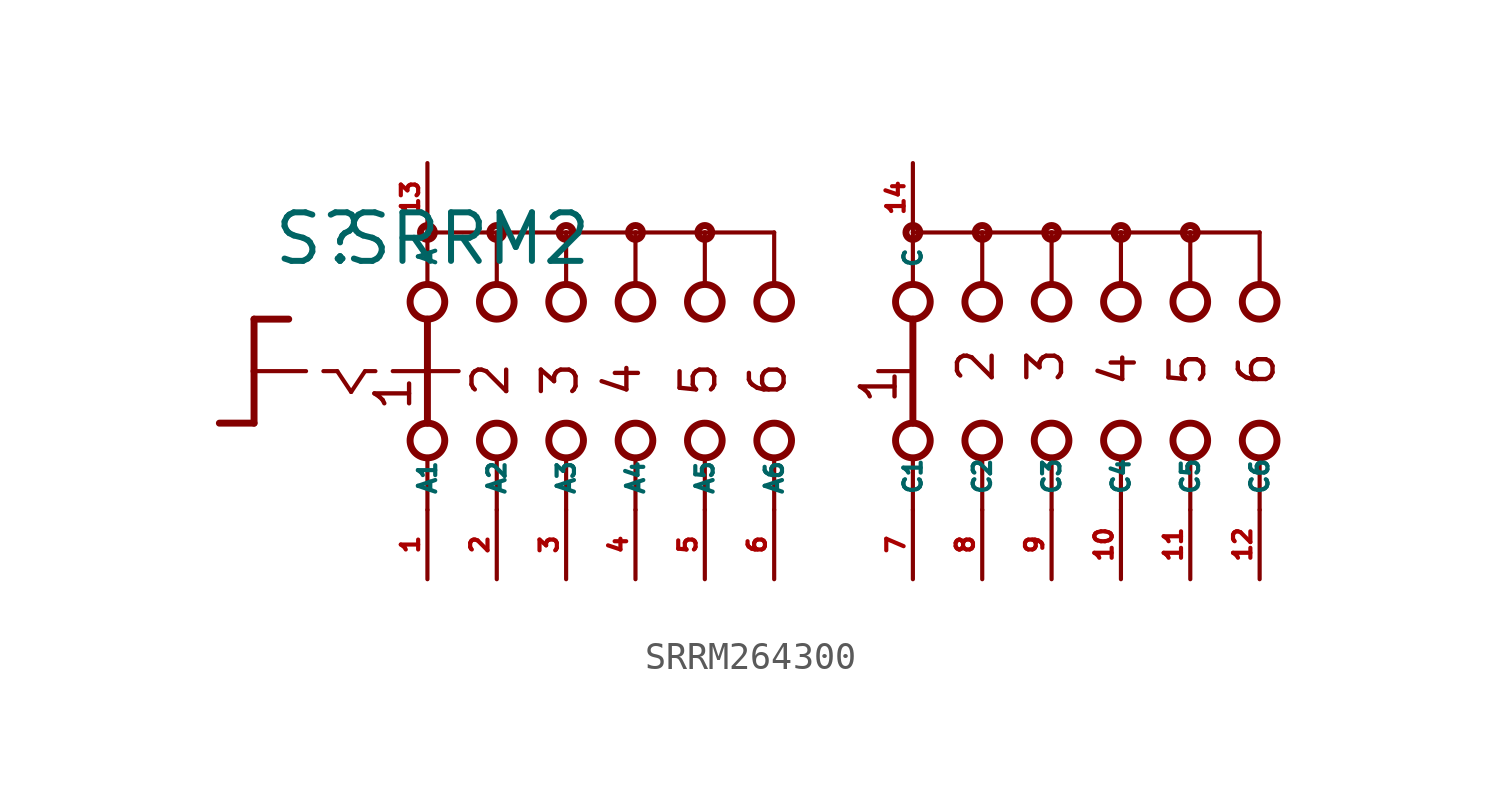
<source format=kicad_sym>
(kicad_symbol_lib
  (version 20220914)
  (generator Eagle2Kicad)
  (symbol "SRRM264300"
    (property "Reference" "S"
      (at -18.415 3.81 0)
      (effects (font (size 1.778 1.778) (thickness 0.22)) (justify left bottom)))
    (property "Value" "SRRM2"
      (at -15.875 3.81 0)
      (effects (font (size 1.778 1.778) (thickness 0.22)) (justify left bottom)))
    (polyline
      (pts (xy -19.05 1.905) (xy -17.78 1.905))
      (stroke (width 0.254) (type default))
      (fill (type none)))
    (polyline
      (pts (xy -19.05 1.905) (xy -19.05 0))
      (stroke (width 0.254) (type default))
      (fill (type none)))
    (polyline
      (pts (xy -19.05 -1.905) (xy -20.32 -1.905))
      (stroke (width 0.254) (type default))
      (fill (type none)))
    (polyline
      (pts (xy -19.05 0) (xy -17.145 0))
      (stroke (width 0.152) (type default))
      (fill (type none)))
    (polyline
      (pts (xy -19.05 0) (xy -19.05 -1.905))
      (stroke (width 0.254) (type default))
      (fill (type none)))
    (polyline
      (pts (xy -16.51 0) (xy -16.002 0))
      (stroke (width 0.152) (type default))
      (fill (type none)))
    (polyline
      (pts (xy -14.986 0) (xy -14.605 0))
      (stroke (width 0.152) (type default))
      (fill (type none)))
    (polyline
      (pts (xy -13.97 0) (xy -12.827 0))
      (stroke (width 0.152) (type default))
      (fill (type none)))
    (polyline
      (pts (xy -16.002 0) (xy -15.494 -0.762))
      (stroke (width 0.152) (type default))
      (fill (type none)))
    (polyline
      (pts (xy -15.494 -0.762) (xy -14.986 0))
      (stroke (width 0.152) (type default))
      (fill (type none)))
    (polyline
      (pts (xy -10.16 3.175) (xy -10.16 5.08))
      (stroke (width 0.152) (type default))
      (fill (type none)))
    (polyline
      (pts (xy -7.62 3.175) (xy -7.62 5.08))
      (stroke (width 0.152) (type default))
      (fill (type none)))
    (polyline
      (pts (xy -5.08 3.175) (xy -5.08 5.08))
      (stroke (width 0.152) (type default))
      (fill (type none)))
    (polyline
      (pts (xy -10.16 -5.08) (xy -10.16 -3.175))
      (stroke (width 0.152) (type default))
      (fill (type none)))
    (polyline
      (pts (xy -7.62 -5.08) (xy -7.62 -3.175))
      (stroke (width 0.152) (type default))
      (fill (type none)))
    (polyline
      (pts (xy -5.08 -5.08) (xy -5.08 -3.175))
      (stroke (width 0.152) (type default))
      (fill (type none)))
    (polyline
      (pts (xy -7.62 5.08) (xy -10.16 5.08))
      (stroke (width 0.152) (type default))
      (fill (type none)))
    (polyline
      (pts (xy -7.62 5.08) (xy -5.08 5.08))
      (stroke (width 0.152) (type default))
      (fill (type none)))
    (polyline
      (pts (xy -2.54 -5.08) (xy -2.54 -3.175))
      (stroke (width 0.152) (type default))
      (fill (type none)))
    (polyline
      (pts (xy 0 -5.08) (xy 0 -3.175))
      (stroke (width 0.152) (type default))
      (fill (type none)))
    (polyline
      (pts (xy -2.54 3.175) (xy -2.54 5.08))
      (stroke (width 0.152) (type default))
      (fill (type none)))
    (polyline
      (pts (xy 0 3.175) (xy 0 5.08))
      (stroke (width 0.152) (type default))
      (fill (type none)))
    (polyline
      (pts (xy -5.08 5.08) (xy -2.54 5.08))
      (stroke (width 0.152) (type default))
      (fill (type none)))
    (polyline
      (pts (xy -2.54 5.08) (xy 0 5.08))
      (stroke (width 0.152) (type default))
      (fill (type none)))
    (polyline
      (pts (xy -12.7 5.08) (xy -12.7 3.175))
      (stroke (width 0.152) (type default))
      (fill (type none)))
    (polyline
      (pts (xy -12.7 1.905) (xy -12.7 0))
      (stroke (width 0.254) (type default))
      (fill (type none)))
    (polyline
      (pts (xy -12.7 -3.175) (xy -12.7 -5.08))
      (stroke (width 0.152) (type default))
      (fill (type none)))
    (polyline
      (pts (xy -10.16 5.08) (xy -12.7 5.08))
      (stroke (width 0.152) (type default))
      (fill (type none)))
    (polyline
      (pts (xy 5.08 3.175) (xy 5.08 5.08))
      (stroke (width 0.152) (type default))
      (fill (type none)))
    (polyline
      (pts (xy 5.08 -5.08) (xy 5.08 -3.175))
      (stroke (width 0.152) (type default))
      (fill (type none)))
    (polyline
      (pts (xy 7.62 3.175) (xy 7.62 5.08))
      (stroke (width 0.152) (type default))
      (fill (type none)))
    (polyline
      (pts (xy 10.16 3.175) (xy 10.16 5.08))
      (stroke (width 0.152) (type default))
      (fill (type none)))
    (polyline
      (pts (xy 12.7 3.175) (xy 12.7 5.08))
      (stroke (width 0.152) (type default))
      (fill (type none)))
    (polyline
      (pts (xy 15.24 3.175) (xy 15.24 5.08))
      (stroke (width 0.152) (type default))
      (fill (type none)))
    (polyline
      (pts (xy 17.78 3.175) (xy 17.78 5.08))
      (stroke (width 0.152) (type default))
      (fill (type none)))
    (polyline
      (pts (xy 5.08 5.08) (xy 7.62 5.08))
      (stroke (width 0.152) (type default))
      (fill (type none)))
    (polyline
      (pts (xy 7.62 5.08) (xy 10.16 5.08))
      (stroke (width 0.152) (type default))
      (fill (type none)))
    (polyline
      (pts (xy 10.16 5.08) (xy 12.7 5.08))
      (stroke (width 0.152) (type default))
      (fill (type none)))
    (polyline
      (pts (xy 12.7 5.08) (xy 15.24 5.08))
      (stroke (width 0.152) (type default))
      (fill (type none)))
    (polyline
      (pts (xy 15.24 5.08) (xy 17.78 5.08))
      (stroke (width 0.152) (type default))
      (fill (type none)))
    (polyline
      (pts (xy 7.62 -5.08) (xy 7.62 -3.175))
      (stroke (width 0.152) (type default))
      (fill (type none)))
    (polyline
      (pts (xy 10.16 -5.08) (xy 10.16 -3.175))
      (stroke (width 0.152) (type default))
      (fill (type none)))
    (polyline
      (pts (xy 12.7 -5.08) (xy 12.7 -3.175))
      (stroke (width 0.152) (type default))
      (fill (type none)))
    (polyline
      (pts (xy 15.24 -5.08) (xy 15.24 -3.175))
      (stroke (width 0.152) (type default))
      (fill (type none)))
    (polyline
      (pts (xy 17.78 -5.08) (xy 17.78 -3.175))
      (stroke (width 0.152) (type default))
      (fill (type none)))
    (polyline
      (pts (xy 5.08 1.905) (xy 5.08 -1.905))
      (stroke (width 0.254) (type default))
      (fill (type none)))
    (polyline
      (pts (xy 3.81 0) (xy 4.953 0))
      (stroke (width 0.152) (type default))
      (fill (type none)))
    (polyline
      (pts (xy -12.7 0) (xy -11.557 0))
      (stroke (width 0.152) (type default))
      (fill (type none)))
    (polyline
      (pts (xy -12.7 0) (xy -12.7 -1.905))
      (stroke (width 0.254) (type default))
      (fill (type none)))
    (text "2"
      (at 8.128 -0.508 900)
      (effects (font (size 1.27 1.27) (thickness 0.16)) (justify left bottom)))
    (text "3"
      (at 10.668 -0.508 900)
      (effects (font (size 1.27 1.27) (thickness 0.16)) (justify left bottom)))
    (text "4"
      (at 13.335 -0.635 900)
      (effects (font (size 1.27 1.27) (thickness 0.16)) (justify left bottom)))
    (text "5"
      (at 15.875 -0.635 900)
      (effects (font (size 1.27 1.27) (thickness 0.16)) (justify left bottom)))
    (text "6"
      (at 18.415 -0.635 900)
      (effects (font (size 1.27 1.27) (thickness 0.16)) (justify left bottom)))
    (text "1"
      (at 4.572 -1.27 900)
      (effects (font (size 1.27 1.27) (thickness 0.16)) (justify left bottom)))
    (text "1"
      (at -13.208 -1.524 900)
      (effects (font (size 1.27 1.27) (thickness 0.16)) (justify left bottom)))
    (text "2"
      (at -9.652 -1.016 900)
      (effects (font (size 1.27 1.27) (thickness 0.16)) (justify left bottom)))
    (text "3"
      (at -7.112 -1.016 900)
      (effects (font (size 1.27 1.27) (thickness 0.16)) (justify left bottom)))
    (text "4"
      (at -4.826 -1.016 900)
      (effects (font (size 1.27 1.27) (thickness 0.16)) (justify left bottom)))
    (text "5"
      (at -2.032 -1.016 900)
      (effects (font (size 1.27 1.27) (thickness 0.16)) (justify left bottom)))
    (text "6"
      (at 0.508 -1.016 900)
      (effects (font (size 1.27 1.27) (thickness 0.16)) (justify left bottom)))
    (circle
      (center -7.62 5.08)
      (radius 0.254)
      (stroke (width 0.254) (type default))
      (fill (type none)))
    (circle
      (center -5.08 5.08)
      (radius 0.254)
      (stroke (width 0.254) (type default))
      (fill (type none)))
    (circle
      (center -12.7 5.08)
      (radius 0.254)
      (stroke (width 0.254) (type default))
      (fill (type none)))
    (circle
      (center -10.16 5.08)
      (radius 0.254)
      (stroke (width 0.254) (type default))
      (fill (type none)))
    (circle
      (center -12.7 2.54)
      (radius 0.635)
      (stroke (width 0.254) (type default))
      (fill (type none)))
    (circle
      (center -10.16 2.54)
      (radius 0.635)
      (stroke (width 0.254) (type default))
      (fill (type none)))
    (circle
      (center -7.62 2.54)
      (radius 0.635)
      (stroke (width 0.254) (type default))
      (fill (type none)))
    (circle
      (center -12.7 -2.54)
      (radius 0.635)
      (stroke (width 0.254) (type default))
      (fill (type none)))
    (circle
      (center -10.16 -2.54)
      (radius 0.635)
      (stroke (width 0.254) (type default))
      (fill (type none)))
    (circle
      (center -7.62 -2.54)
      (radius 0.635)
      (stroke (width 0.254) (type default))
      (fill (type none)))
    (circle
      (center -2.54 5.08)
      (radius 0.254)
      (stroke (width 0.254) (type default))
      (fill (type none)))
    (circle
      (center -5.08 2.54)
      (radius 0.635)
      (stroke (width 0.254) (type default))
      (fill (type none)))
    (circle
      (center -2.54 2.54)
      (radius 0.635)
      (stroke (width 0.254) (type default))
      (fill (type none)))
    (circle
      (center -5.08 -2.54)
      (radius 0.635)
      (stroke (width 0.254) (type default))
      (fill (type none)))
    (circle
      (center -2.54 -2.54)
      (radius 0.635)
      (stroke (width 0.254) (type default))
      (fill (type none)))
    (circle
      (center 0 2.54)
      (radius 0.635)
      (stroke (width 0.254) (type default))
      (fill (type none)))
    (circle
      (center 0 -2.54)
      (radius 0.635)
      (stroke (width 0.254) (type default))
      (fill (type none)))
    (circle
      (center 5.08 5.08)
      (radius 0.254)
      (stroke (width 0.254) (type default))
      (fill (type none)))
    (circle
      (center 5.08 2.54)
      (radius 0.635)
      (stroke (width 0.254) (type default))
      (fill (type none)))
    (circle
      (center 5.08 -2.54)
      (radius 0.635)
      (stroke (width 0.254) (type default))
      (fill (type none)))
    (circle
      (center 7.62 2.54)
      (radius 0.635)
      (stroke (width 0.254) (type default))
      (fill (type none)))
    (circle
      (center 10.16 2.54)
      (radius 0.635)
      (stroke (width 0.254) (type default))
      (fill (type none)))
    (circle
      (center 12.7 2.54)
      (radius 0.635)
      (stroke (width 0.254) (type default))
      (fill (type none)))
    (circle
      (center 15.24 2.54)
      (radius 0.635)
      (stroke (width 0.254) (type default))
      (fill (type none)))
    (circle
      (center 17.78 2.54)
      (radius 0.635)
      (stroke (width 0.254) (type default))
      (fill (type none)))
    (circle
      (center 7.62 5.08)
      (radius 0.254)
      (stroke (width 0.254) (type default))
      (fill (type none)))
    (circle
      (center 10.16 5.08)
      (radius 0.254)
      (stroke (width 0.254) (type default))
      (fill (type none)))
    (circle
      (center 12.7 5.08)
      (radius 0.254)
      (stroke (width 0.254) (type default))
      (fill (type none)))
    (circle
      (center 15.24 5.08)
      (radius 0.254)
      (stroke (width 0.254) (type default))
      (fill (type none)))
    (circle
      (center 7.62 -2.54)
      (radius 0.635)
      (stroke (width 0.254) (type default))
      (fill (type none)))
    (circle
      (center 10.16 -2.54)
      (radius 0.635)
      (stroke (width 0.254) (type default))
      (fill (type none)))
    (circle
      (center 12.7 -2.54)
      (radius 0.635)
      (stroke (width 0.254) (type default))
      (fill (type none)))
    (circle
      (center 15.24 -2.54)
      (radius 0.635)
      (stroke (width 0.254) (type default))
      (fill (type none)))
    (circle
      (center 17.78 -2.54)
      (radius 0.635)
      (stroke (width 0.254) (type default))
      (fill (type none)))
    (pin passive line
      (at -12.7 -7.62 90)
      (length 2.54)
      (name "A1" (effects (font (size 0.635 0.635) (thickness 0.08)) (justify left bottom)))
      (number "1" (effects (font (size 0.635 0.635) (thickness 0.08)) (justify left bottom))))
    (pin passive line
      (at -12.7 7.62 270)
      (length 2.54)
      (name "A" (effects (font (size 0.635 0.635) (thickness 0.08)) (justify left bottom)))
      (number "13" (effects (font (size 0.635 0.635) (thickness 0.08)) (justify left bottom))))
    (pin passive line
      (at -10.16 -7.62 90)
      (length 2.54)
      (name "A2" (effects (font (size 0.635 0.635) (thickness 0.08)) (justify left bottom)))
      (number "2" (effects (font (size 0.635 0.635) (thickness 0.08)) (justify left bottom))))
    (pin passive line
      (at -7.62 -7.62 90)
      (length 2.54)
      (name "A3" (effects (font (size 0.635 0.635) (thickness 0.08)) (justify left bottom)))
      (number "3" (effects (font (size 0.635 0.635) (thickness 0.08)) (justify left bottom))))
    (pin passive line
      (at -5.08 -7.62 90)
      (length 2.54)
      (name "A4" (effects (font (size 0.635 0.635) (thickness 0.08)) (justify left bottom)))
      (number "4" (effects (font (size 0.635 0.635) (thickness 0.08)) (justify left bottom))))
    (pin passive line
      (at -2.54 -7.62 90)
      (length 2.54)
      (name "A5" (effects (font (size 0.635 0.635) (thickness 0.08)) (justify left bottom)))
      (number "5" (effects (font (size 0.635 0.635) (thickness 0.08)) (justify left bottom))))
    (pin passive line
      (at 0 -7.62 90)
      (length 2.54)
      (name "A6" (effects (font (size 0.635 0.635) (thickness 0.08)) (justify left bottom)))
      (number "6" (effects (font (size 0.635 0.635) (thickness 0.08)) (justify left bottom))))
    (pin passive line
      (at 5.08 -7.62 90)
      (length 2.54)
      (name "C1" (effects (font (size 0.635 0.635) (thickness 0.08)) (justify left bottom)))
      (number "7" (effects (font (size 0.635 0.635) (thickness 0.08)) (justify left bottom))))
    (pin passive line
      (at 7.62 -7.62 90)
      (length 2.54)
      (name "C2" (effects (font (size 0.635 0.635) (thickness 0.08)) (justify left bottom)))
      (number "8" (effects (font (size 0.635 0.635) (thickness 0.08)) (justify left bottom))))
    (pin passive line
      (at 10.16 -7.62 90)
      (length 2.54)
      (name "C3" (effects (font (size 0.635 0.635) (thickness 0.08)) (justify left bottom)))
      (number "9" (effects (font (size 0.635 0.635) (thickness 0.08)) (justify left bottom))))
    (pin passive line
      (at 12.7 -7.62 90)
      (length 2.54)
      (name "C4" (effects (font (size 0.635 0.635) (thickness 0.08)) (justify left bottom)))
      (number "10" (effects (font (size 0.635 0.635) (thickness 0.08)) (justify left bottom))))
    (pin passive line
      (at 15.24 -7.62 90)
      (length 2.54)
      (name "C5" (effects (font (size 0.635 0.635) (thickness 0.08)) (justify left bottom)))
      (number "11" (effects (font (size 0.635 0.635) (thickness 0.08)) (justify left bottom))))
    (pin passive line
      (at 17.78 -7.62 90)
      (length 2.54)
      (name "C6" (effects (font (size 0.635 0.635) (thickness 0.08)) (justify left bottom)))
      (number "12" (effects (font (size 0.635 0.635) (thickness 0.08)) (justify left bottom))))
    (pin passive line
      (at 5.08 7.62 270)
      (length 2.54)
      (name "C" (effects (font (size 0.635 0.635) (thickness 0.08)) (justify left bottom)))
      (number "14" (effects (font (size 0.635 0.635) (thickness 0.08)) (justify left bottom))))))
</source>
